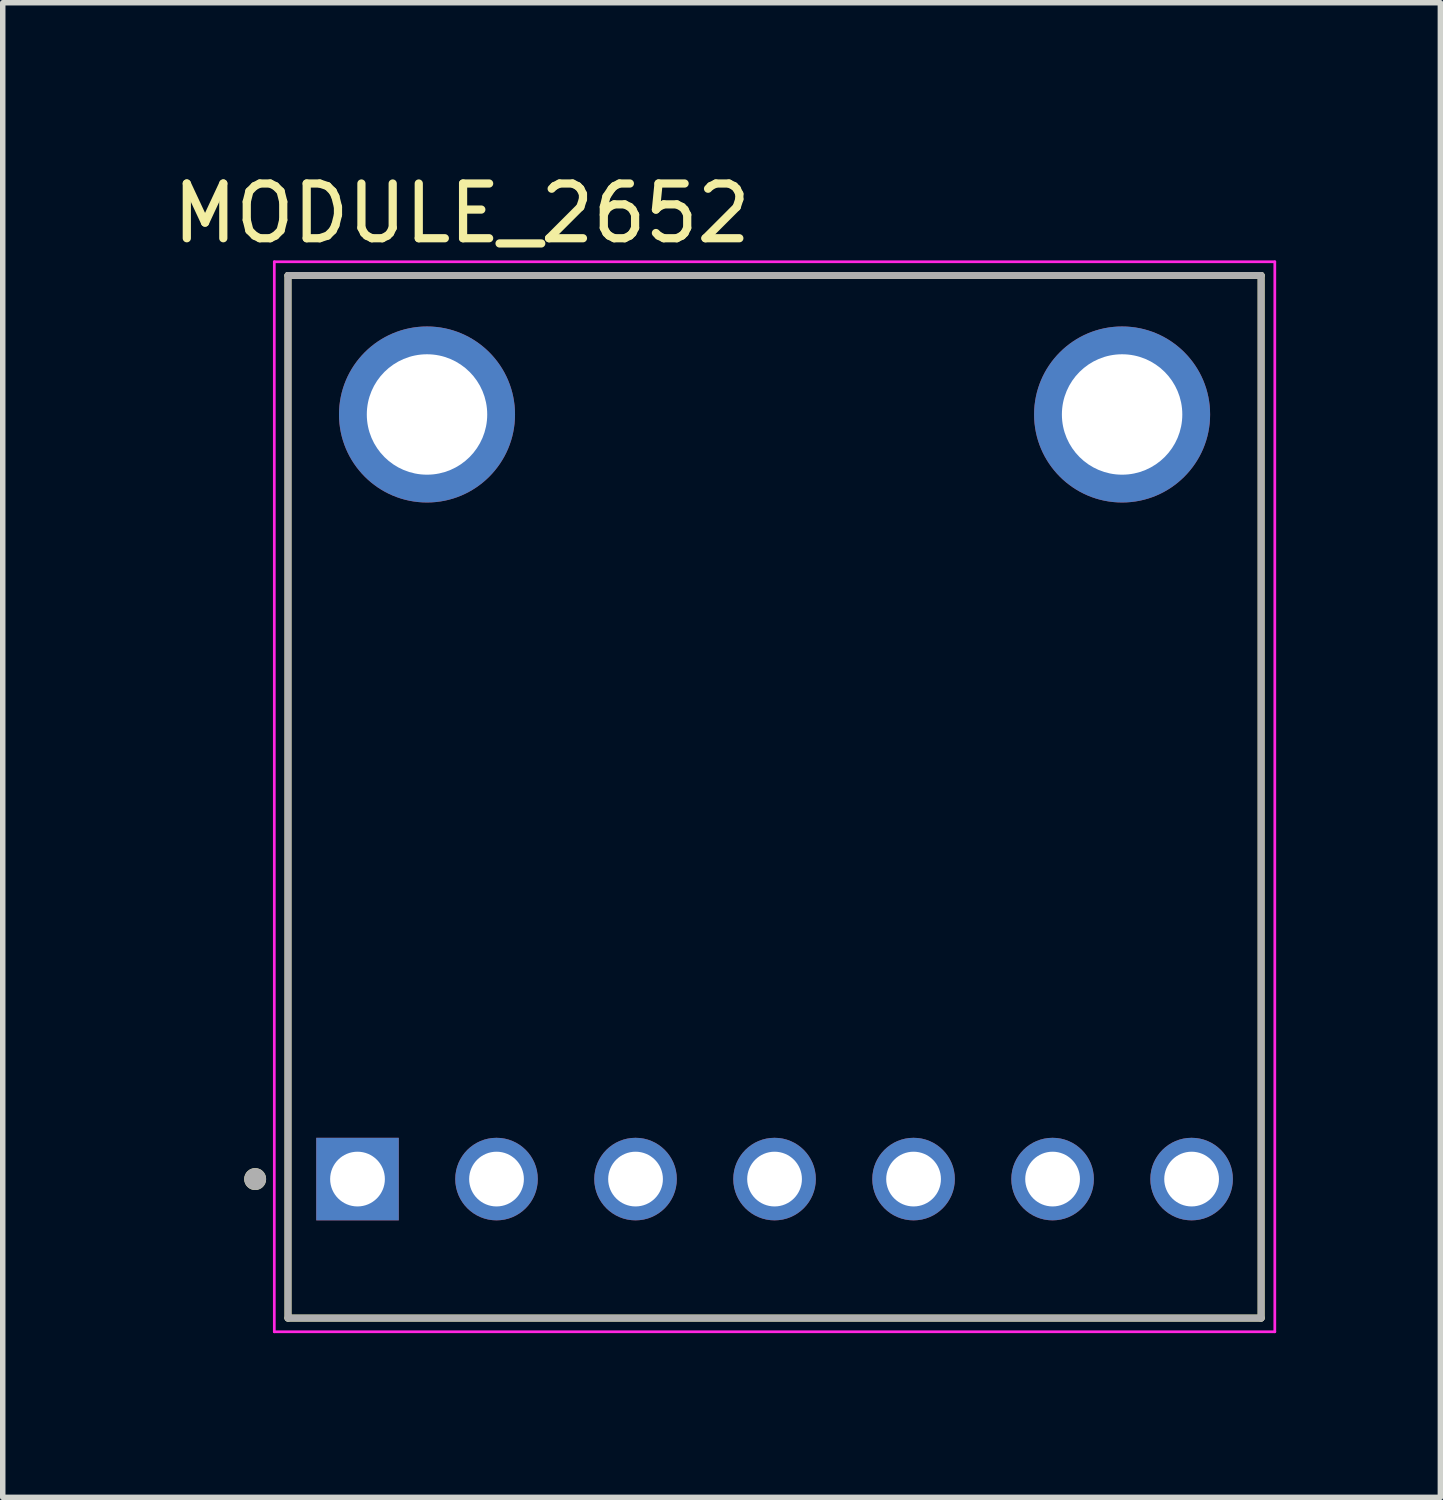
<source format=kicad_pcb>
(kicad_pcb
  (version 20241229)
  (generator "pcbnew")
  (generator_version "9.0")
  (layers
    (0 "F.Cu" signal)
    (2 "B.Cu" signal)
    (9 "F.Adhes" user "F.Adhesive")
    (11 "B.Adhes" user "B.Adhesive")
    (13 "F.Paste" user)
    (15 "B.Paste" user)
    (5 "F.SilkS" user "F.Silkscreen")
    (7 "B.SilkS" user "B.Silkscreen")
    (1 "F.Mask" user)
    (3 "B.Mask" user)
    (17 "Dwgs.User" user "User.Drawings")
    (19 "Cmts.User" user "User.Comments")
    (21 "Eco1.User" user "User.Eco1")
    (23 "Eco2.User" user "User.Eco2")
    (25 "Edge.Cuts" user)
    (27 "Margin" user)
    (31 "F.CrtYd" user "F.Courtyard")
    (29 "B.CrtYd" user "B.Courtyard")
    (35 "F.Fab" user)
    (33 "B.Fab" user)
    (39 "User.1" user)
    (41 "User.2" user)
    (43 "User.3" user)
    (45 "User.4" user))
  (footprint "MODULE_2652"
    (layer "F.Cu")
    (at 11.102 11.508)
    (property "Reference" "MODULE_2652" (at -5.715 -10.66 0) (layer "F.SilkS") (effects (font (size 1 1) (thickness 0.15))))
    (attr through_hole)
    (fp_line (start -8.89 -9.525) (end 8.89 -9.525) (stroke (width 0.127) (type solid)) (layer "F.SilkS"))
    (fp_line (start -8.89 9.525) (end -8.89 -9.525) (stroke (width 0.127) (type solid)) (layer "F.SilkS"))
    (fp_line (start 8.89 -9.525) (end 8.89 9.525) (stroke (width 0.127) (type solid)) (layer "F.SilkS"))
    (fp_line (start 8.89 9.525) (end -8.89 9.525) (stroke (width 0.127) (type solid)) (layer "F.SilkS"))
    (fp_circle (center -9.49 6.985) (end -9.39 6.985) (stroke (width 0.2) (type solid)) (fill no) (layer "F.SilkS"))
    (fp_line (start -9.14 -9.775) (end 9.14 -9.775) (stroke (width 0.05) (type solid)) (layer "F.CrtYd"))
    (fp_line (start -9.14 9.775) (end -9.14 -9.775) (stroke (width 0.05) (type solid)) (layer "F.CrtYd"))
    (fp_line (start 9.14 -9.775) (end 9.14 9.775) (stroke (width 0.05) (type solid)) (layer "F.CrtYd"))
    (fp_line (start 9.14 9.775) (end -9.14 9.775) (stroke (width 0.05) (type solid)) (layer "F.CrtYd"))
    (fp_line (start -8.89 -9.525) (end 8.89 -9.525) (stroke (width 0.127) (type solid)) (layer "F.Fab"))
    (fp_line (start -8.89 9.525) (end -8.89 -9.525) (stroke (width 0.127) (type solid)) (layer "F.Fab"))
    (fp_line (start 8.89 -9.525) (end 8.89 9.525) (stroke (width 0.127) (type solid)) (layer "F.Fab"))
    (fp_line (start 8.89 9.525) (end -8.89 9.525) (stroke (width 0.127) (type solid)) (layer "F.Fab"))
    (fp_circle (center -9.49 6.985) (end -9.39 6.985) (stroke (width 0.2) (type solid)) (fill no) (layer "F.Fab"))
    (pad "1" thru_hole rect (at -7.62 6.985) (size 1.508 1.508) (drill 1) (layers "*.Cu" "*.Mask"))
    (pad "2" thru_hole circle (at -5.08 6.985) (size 1.508 1.508) (drill 1) (layers "*.Cu" "*.Mask"))
    (pad "3" thru_hole circle (at -2.54 6.985) (size 1.508 1.508) (drill 1) (layers "*.Cu" "*.Mask"))
    (pad "4" thru_hole circle (at 0 6.985) (size 1.508 1.508) (drill 1) (layers "*.Cu" "*.Mask"))
    (pad "5" thru_hole circle (at 2.54 6.985) (size 1.508 1.508) (drill 1) (layers "*.Cu" "*.Mask"))
    (pad "6" thru_hole circle (at 5.08 6.985) (size 1.508 1.508) (drill 1) (layers "*.Cu" "*.Mask"))
    (pad "7" thru_hole circle (at 7.62 6.985) (size 1.508 1.508) (drill 1) (layers "*.Cu" "*.Mask"))
    (pad "P1" thru_hole circle (at -6.35 -6.985) (size 3.216 3.216) (drill 2.2) (layers "*.Cu" "*.Mask"))
    (pad "P2" thru_hole circle (at 6.35 -6.985) (size 3.216 3.216) (drill 2.2) (layers "*.Cu" "*.Mask")))
  (gr_rect
    (start -3 -3)
    (end 23.267 24.308)
    (stroke (width 0.1) (type default))
    (fill no)
    (layer "Edge.Cuts")))
</source>
